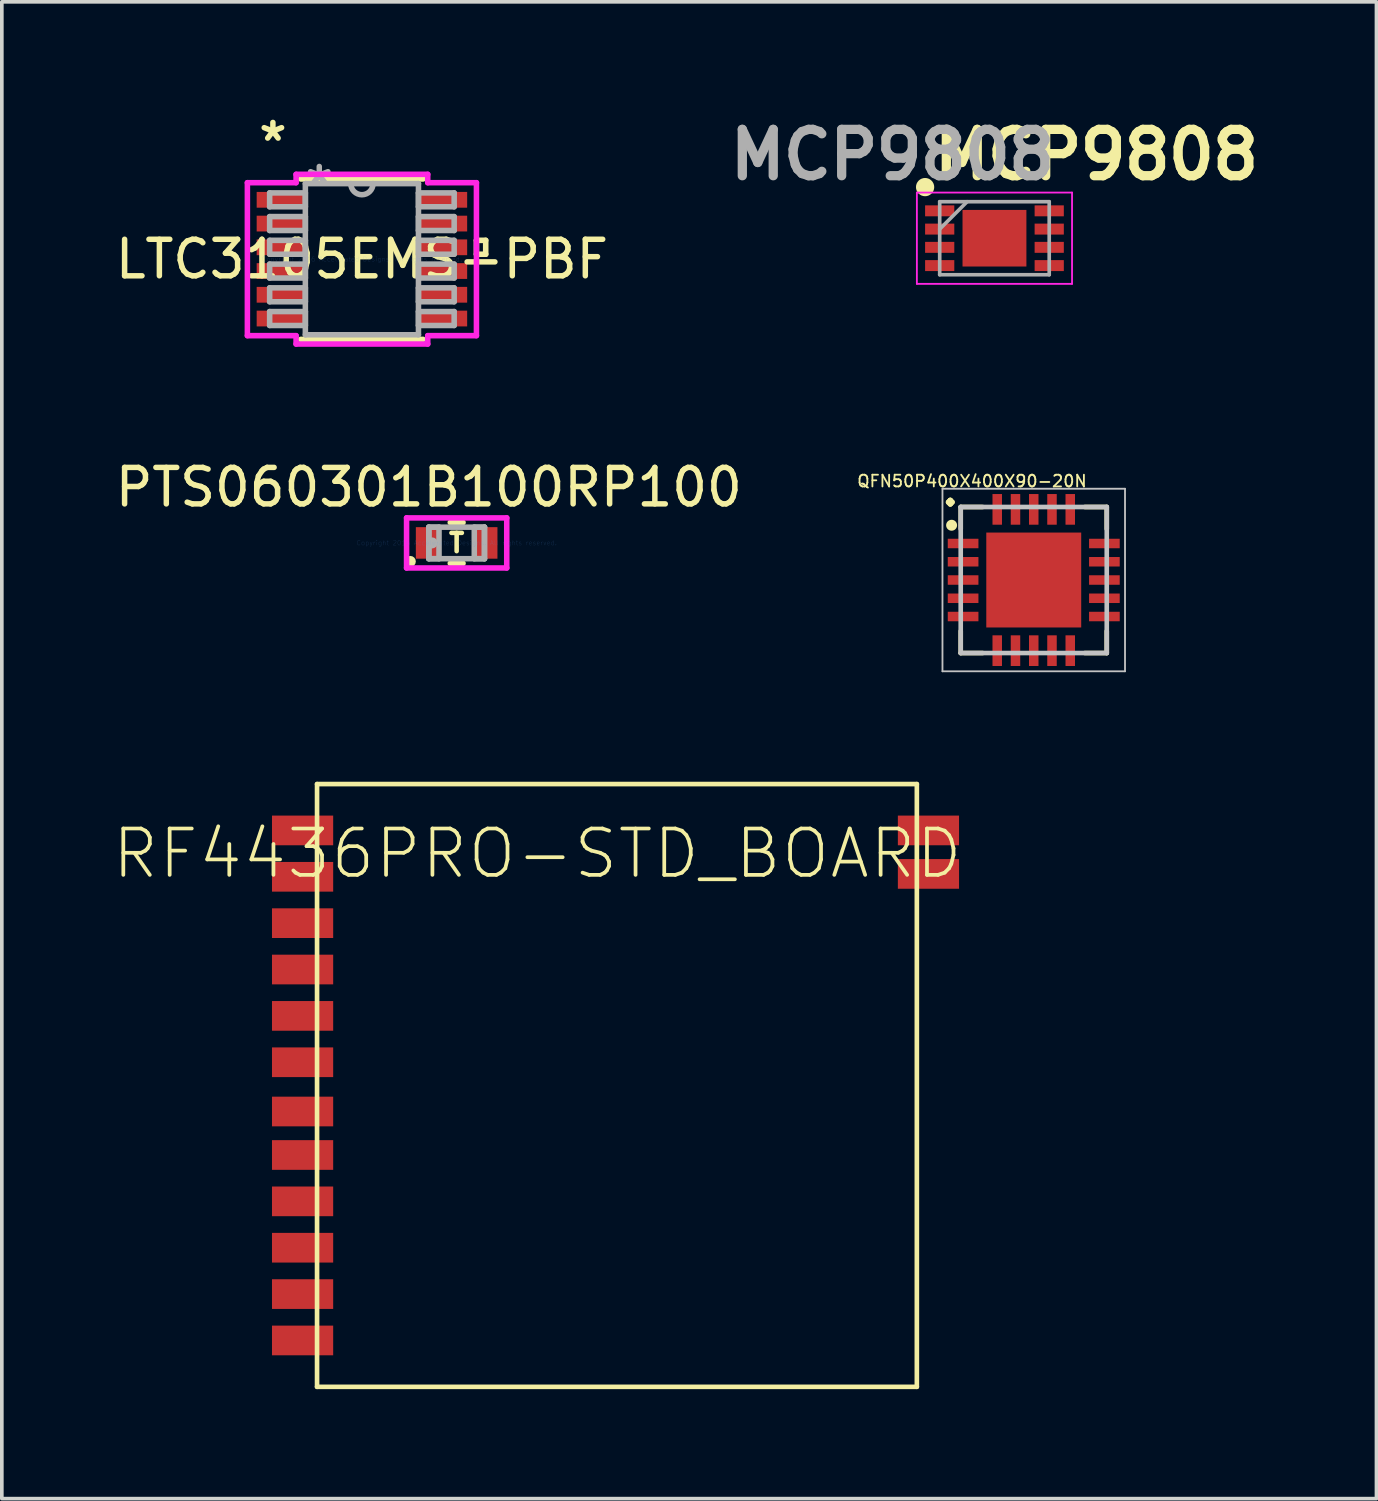
<source format=kicad_pcb>
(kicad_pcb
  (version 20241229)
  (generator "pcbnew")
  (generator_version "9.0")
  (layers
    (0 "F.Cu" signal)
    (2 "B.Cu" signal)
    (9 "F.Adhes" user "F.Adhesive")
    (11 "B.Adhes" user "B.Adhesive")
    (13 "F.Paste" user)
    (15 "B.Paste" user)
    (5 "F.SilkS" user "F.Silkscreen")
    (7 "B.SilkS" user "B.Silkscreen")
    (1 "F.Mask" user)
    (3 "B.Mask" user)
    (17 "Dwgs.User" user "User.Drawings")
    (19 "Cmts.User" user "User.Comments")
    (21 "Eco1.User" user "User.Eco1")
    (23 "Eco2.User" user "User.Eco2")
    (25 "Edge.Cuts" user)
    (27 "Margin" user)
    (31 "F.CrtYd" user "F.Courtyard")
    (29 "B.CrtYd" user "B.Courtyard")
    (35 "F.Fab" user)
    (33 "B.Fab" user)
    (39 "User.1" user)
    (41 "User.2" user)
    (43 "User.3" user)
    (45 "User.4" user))
  (footprint "PTS060301B100RP100"
    (layer "F.Cu")
    (at 9.458 11.821)
    (property "Reference" "PTS060301B100RP100" (at -0.762 -1.524 0) (layer "F.SilkS") (effects (font (size 1 1) (thickness 0.15))))
    (attr through_hole)
    (fp_line (start -0.175 0.559) (end 0.175 0.559) (stroke (width 0.152) (type solid)) (layer "F.SilkS"))
    (fp_line (start 0.175 -0.559) (end -0.175 -0.559) (stroke (width 0.152) (type solid)) (layer "F.SilkS"))
    (fp_circle (center -1.27 0.508) (end -1.194 0.508) (stroke (width 0.152) (type solid)) (fill no) (layer "F.SilkS"))
    (fp_line (start -1.372 -0.686) (end 1.372 -0.686) (stroke (width 0.152) (type solid)) (layer "F.CrtYd"))
    (fp_line (start -1.372 0.686) (end -1.372 -0.686) (stroke (width 0.152) (type solid)) (layer "F.CrtYd"))
    (fp_line (start 1.372 -0.686) (end 1.372 0.686) (stroke (width 0.152) (type solid)) (layer "F.CrtYd"))
    (fp_line (start 1.372 0.686) (end -1.372 0.686) (stroke (width 0.152) (type solid)) (layer "F.CrtYd"))
    (fp_line (start -0.762 -0.432) (end -0.762 0.432) (stroke (width 0.152) (type solid)) (layer "F.Fab"))
    (fp_line (start -0.762 -0.432) (end -0.762 0.432) (stroke (width 0.152) (type solid)) (layer "F.Fab"))
    (fp_line (start -0.762 0.432) (end -0.483 0.432) (stroke (width 0.152) (type solid)) (layer "F.Fab"))
    (fp_line (start -0.762 0.432) (end 0.762 0.432) (stroke (width 0.152) (type solid)) (layer "F.Fab"))
    (fp_line (start -0.483 -0.432) (end -0.762 -0.432) (stroke (width 0.152) (type solid)) (layer "F.Fab"))
    (fp_line (start -0.483 0.432) (end -0.483 -0.432) (stroke (width 0.152) (type solid)) (layer "F.Fab"))
    (fp_line (start 0.483 -0.432) (end 0.483 0.432) (stroke (width 0.152) (type solid)) (layer "F.Fab"))
    (fp_line (start 0.483 0.432) (end 0.762 0.432) (stroke (width 0.152) (type solid)) (layer "F.Fab"))
    (fp_line (start 0.762 -0.432) (end -0.762 -0.432) (stroke (width 0.152) (type solid)) (layer "F.Fab"))
    (fp_line (start 0.762 -0.432) (end 0.483 -0.432) (stroke (width 0.152) (type solid)) (layer "F.Fab"))
    (fp_line (start 0.762 0.432) (end 0.762 -0.432) (stroke (width 0.152) (type solid)) (layer "F.Fab"))
    (fp_line (start 0.762 0.432) (end 0.762 -0.432) (stroke (width 0.152) (type solid)) (layer "F.Fab"))
    (fp_circle (center -0.673 0) (end -0.597 0) (stroke (width 0.152) (type solid)) (fill no) (layer "F.Fab"))
    (fp_text user "T" (at 0 0 0) (layer "F.SilkS") (effects (font (size 0.5 0.5) (thickness 0.125))))
    (fp_text user "Copyright 2016 Accelerated Designs. All rights reserved." (at 0 0 0) (layer "Cmts.User") (effects (font (size 0.127 0.127) (thickness 0.002))))
    (pad "1" smd rect (at -0.8 0) (size 0.635 0.864) (layers "F.Cu" "F.Mask" "F.Paste"))
    (pad "2" smd rect (at 0.8 0) (size 0.635 0.864) (layers "F.Cu" "F.Mask" "F.Paste")))
  (footprint "MCP9808"
    (layer "F.Cu")
    (at 24.189 3.475)
    (property "Reference" "MCP9808" (at 2.794 -2.286 0) (layer "F.SilkS") (effects (font (size 1.27 1.27) (thickness 0.254))))
    (attr smd)
    (fp_circle (center -1.9 -1.4) (end -1.9 -1.275) (stroke (width 0.25) (type solid)) (fill no) (layer "F.SilkS"))
    (fp_line (start -2.125 -1.25) (end 2.125 -1.25) (stroke (width 0.05) (type solid)) (layer "F.CrtYd"))
    (fp_line (start -2.125 1.25) (end -2.125 -1.25) (stroke (width 0.05) (type solid)) (layer "F.CrtYd"))
    (fp_line (start 2.125 -1.25) (end 2.125 1.25) (stroke (width 0.05) (type solid)) (layer "F.CrtYd"))
    (fp_line (start 2.125 1.25) (end -2.125 1.25) (stroke (width 0.05) (type solid)) (layer "F.CrtYd"))
    (fp_line (start -1.5 -1) (end 1.5 -1) (stroke (width 0.1) (type solid)) (layer "F.Fab"))
    (fp_line (start -1.5 -0.25) (end -0.75 -1) (stroke (width 0.1) (type solid)) (layer "F.Fab"))
    (fp_line (start -1.5 1) (end -1.5 -1) (stroke (width 0.1) (type solid)) (layer "F.Fab"))
    (fp_line (start 1.5 -1) (end 1.5 1) (stroke (width 0.1) (type solid)) (layer "F.Fab"))
    (fp_line (start 1.5 1) (end -1.5 1) (stroke (width 0.1) (type solid)) (layer "F.Fab"))
    (fp_text user "${REFERENCE}" (at -2.794 -2.286 0) (layer "F.Fab") (effects (font (size 1.27 1.27) (thickness 0.254))))
    (pad "1" smd rect (at -1.5 -0.75 90) (size 0.3 0.8) (layers "F.Cu" "F.Mask" "F.Paste"))
    (pad "2" smd rect (at -1.5 -0.25 90) (size 0.3 0.8) (layers "F.Cu" "F.Mask" "F.Paste"))
    (pad "3" smd rect (at -1.5 0.25 90) (size 0.3 0.8) (layers "F.Cu" "F.Mask" "F.Paste"))
    (pad "4" smd rect (at -1.5 0.75 90) (size 0.3 0.8) (layers "F.Cu" "F.Mask" "F.Paste"))
    (pad "5" smd rect (at 1.5 0.75 90) (size 0.3 0.8) (layers "F.Cu" "F.Mask" "F.Paste"))
    (pad "6" smd rect (at 1.5 0.25 90) (size 0.3 0.8) (layers "F.Cu" "F.Mask" "F.Paste"))
    (pad "7" smd rect (at 1.5 -0.25 90) (size 0.3 0.8) (layers "F.Cu" "F.Mask" "F.Paste"))
    (pad "8" smd rect (at 1.5 -0.75 90) (size 0.3 0.8) (layers "F.Cu" "F.Mask" "F.Paste"))
    (pad "9" smd rect (at 0 0 90) (size 1.55 1.75) (layers "F.Cu" "F.Mask" "F.Paste")))
  (footprint "LTC3105EMS-PBF"
    (layer "F.Cu")
    (at 6.863 4.049)
    (property "Reference" "LTC3105EMS-PBF" (at 0 0 0) (layer "F.SilkS") (effects (font (size 1 1) (thickness 0.15))))
    (attr through_hole)
    (fp_line (start -1.676 2.197) (end 1.676 2.197) (stroke (width 0.152) (type solid)) (layer "F.SilkS"))
    (fp_line (start 1.676 -2.197) (end -1.676 -2.197) (stroke (width 0.152) (type solid)) (layer "F.SilkS"))
    (fp_line (start 3.137 -0.516) (end 3.391 -0.516) (stroke (width 0.152) (type solid)) (layer "F.SilkS"))
    (fp_line (start 3.137 -0.135) (end 3.137 -0.516) (stroke (width 0.152) (type solid)) (layer "F.SilkS"))
    (fp_line (start 3.391 -0.516) (end 3.391 -0.135) (stroke (width 0.152) (type solid)) (layer "F.SilkS"))
    (fp_line (start 3.391 -0.135) (end 3.137 -0.135) (stroke (width 0.152) (type solid)) (layer "F.SilkS"))
    (fp_line (start -3.137 -2.095) (end -1.803 -2.095) (stroke (width 0.152) (type solid)) (layer "F.CrtYd"))
    (fp_line (start -3.137 2.095) (end -3.137 -2.095) (stroke (width 0.152) (type solid)) (layer "F.CrtYd"))
    (fp_line (start -1.803 -2.324) (end 1.803 -2.324) (stroke (width 0.152) (type solid)) (layer "F.CrtYd"))
    (fp_line (start -1.803 -2.095) (end -1.803 -2.324) (stroke (width 0.152) (type solid)) (layer "F.CrtYd"))
    (fp_line (start -1.803 2.095) (end -3.137 2.095) (stroke (width 0.152) (type solid)) (layer "F.CrtYd"))
    (fp_line (start -1.803 2.324) (end -1.803 2.095) (stroke (width 0.152) (type solid)) (layer "F.CrtYd"))
    (fp_line (start 1.803 -2.324) (end 1.803 -2.095) (stroke (width 0.152) (type solid)) (layer "F.CrtYd"))
    (fp_line (start 1.803 -2.095) (end 3.137 -2.095) (stroke (width 0.152) (type solid)) (layer "F.CrtYd"))
    (fp_line (start 1.803 2.095) (end 1.803 2.324) (stroke (width 0.152) (type solid)) (layer "F.CrtYd"))
    (fp_line (start 1.803 2.324) (end -1.803 2.324) (stroke (width 0.152) (type solid)) (layer "F.CrtYd"))
    (fp_line (start 3.137 -2.095) (end 3.137 2.095) (stroke (width 0.152) (type solid)) (layer "F.CrtYd"))
    (fp_line (start 3.137 2.095) (end 1.803 2.095) (stroke (width 0.152) (type solid)) (layer "F.CrtYd"))
    (fp_line (start -2.527 -1.816) (end -2.527 -1.435) (stroke (width 0.152) (type solid)) (layer "F.Fab"))
    (fp_line (start -2.527 -1.435) (end -1.549 -1.435) (stroke (width 0.152) (type solid)) (layer "F.Fab"))
    (fp_line (start -2.527 -1.166) (end -2.527 -0.785) (stroke (width 0.152) (type solid)) (layer "F.Fab"))
    (fp_line (start -2.527 -0.785) (end -1.549 -0.785) (stroke (width 0.152) (type solid)) (layer "F.Fab"))
    (fp_line (start -2.527 -0.516) (end -2.527 -0.135) (stroke (width 0.152) (type solid)) (layer "F.Fab"))
    (fp_line (start -2.527 -0.135) (end -1.549 -0.135) (stroke (width 0.152) (type solid)) (layer "F.Fab"))
    (fp_line (start -2.527 0.135) (end -2.527 0.516) (stroke (width 0.152) (type solid)) (layer "F.Fab"))
    (fp_line (start -2.527 0.516) (end -1.549 0.516) (stroke (width 0.152) (type solid)) (layer "F.Fab"))
    (fp_line (start -2.527 0.785) (end -2.527 1.166) (stroke (width 0.152) (type solid)) (layer "F.Fab"))
    (fp_line (start -2.527 1.166) (end -1.549 1.166) (stroke (width 0.152) (type solid)) (layer "F.Fab"))
    (fp_line (start -2.527 1.435) (end -2.527 1.816) (stroke (width 0.152) (type solid)) (layer "F.Fab"))
    (fp_line (start -2.527 1.816) (end -1.549 1.816) (stroke (width 0.152) (type solid)) (layer "F.Fab"))
    (fp_line (start -1.549 -2.07) (end -1.549 2.07) (stroke (width 0.152) (type solid)) (layer "F.Fab"))
    (fp_line (start -1.549 -1.816) (end -2.527 -1.816) (stroke (width 0.152) (type solid)) (layer "F.Fab"))
    (fp_line (start -1.549 -1.435) (end -1.549 -1.816) (stroke (width 0.152) (type solid)) (layer "F.Fab"))
    (fp_line (start -1.549 -1.166) (end -2.527 -1.166) (stroke (width 0.152) (type solid)) (layer "F.Fab"))
    (fp_line (start -1.549 -0.785) (end -1.549 -1.166) (stroke (width 0.152) (type solid)) (layer "F.Fab"))
    (fp_line (start -1.549 -0.516) (end -2.527 -0.516) (stroke (width 0.152) (type solid)) (layer "F.Fab"))
    (fp_line (start -1.549 -0.135) (end -1.549 -0.516) (stroke (width 0.152) (type solid)) (layer "F.Fab"))
    (fp_line (start -1.549 0.135) (end -2.527 0.135) (stroke (width 0.152) (type solid)) (layer "F.Fab"))
    (fp_line (start -1.549 0.516) (end -1.549 0.135) (stroke (width 0.152) (type solid)) (layer "F.Fab"))
    (fp_line (start -1.549 0.785) (end -2.527 0.785) (stroke (width 0.152) (type solid)) (layer "F.Fab"))
    (fp_line (start -1.549 1.166) (end -1.549 0.785) (stroke (width 0.152) (type solid)) (layer "F.Fab"))
    (fp_line (start -1.549 1.435) (end -2.527 1.435) (stroke (width 0.152) (type solid)) (layer "F.Fab"))
    (fp_line (start -1.549 1.816) (end -1.549 1.435) (stroke (width 0.152) (type solid)) (layer "F.Fab"))
    (fp_line (start -1.549 2.07) (end 1.549 2.07) (stroke (width 0.152) (type solid)) (layer "F.Fab"))
    (fp_line (start 1.549 -2.07) (end -1.549 -2.07) (stroke (width 0.152) (type solid)) (layer "F.Fab"))
    (fp_line (start 1.549 -1.816) (end 1.549 -1.435) (stroke (width 0.152) (type solid)) (layer "F.Fab"))
    (fp_line (start 1.549 -1.435) (end 2.527 -1.435) (stroke (width 0.152) (type solid)) (layer "F.Fab"))
    (fp_line (start 1.549 -1.166) (end 1.549 -0.785) (stroke (width 0.152) (type solid)) (layer "F.Fab"))
    (fp_line (start 1.549 -0.785) (end 2.527 -0.785) (stroke (width 0.152) (type solid)) (layer "F.Fab"))
    (fp_line (start 1.549 -0.516) (end 1.549 -0.135) (stroke (width 0.152) (type solid)) (layer "F.Fab"))
    (fp_line (start 1.549 -0.135) (end 2.527 -0.135) (stroke (width 0.152) (type solid)) (layer "F.Fab"))
    (fp_line (start 1.549 0.135) (end 1.549 0.516) (stroke (width 0.152) (type solid)) (layer "F.Fab"))
    (fp_line (start 1.549 0.516) (end 2.527 0.516) (stroke (width 0.152) (type solid)) (layer "F.Fab"))
    (fp_line (start 1.549 0.785) (end 1.549 1.166) (stroke (width 0.152) (type solid)) (layer "F.Fab"))
    (fp_line (start 1.549 1.166) (end 2.527 1.166) (stroke (width 0.152) (type solid)) (layer "F.Fab"))
    (fp_line (start 1.549 1.435) (end 1.549 1.816) (stroke (width 0.152) (type solid)) (layer "F.Fab"))
    (fp_line (start 1.549 1.816) (end 2.527 1.816) (stroke (width 0.152) (type solid)) (layer "F.Fab"))
    (fp_line (start 1.549 2.07) (end 1.549 -2.07) (stroke (width 0.152) (type solid)) (layer "F.Fab"))
    (fp_line (start 2.527 -1.816) (end 1.549 -1.816) (stroke (width 0.152) (type solid)) (layer "F.Fab"))
    (fp_line (start 2.527 -1.435) (end 2.527 -1.816) (stroke (width 0.152) (type solid)) (layer "F.Fab"))
    (fp_line (start 2.527 -1.166) (end 1.549 -1.166) (stroke (width 0.152) (type solid)) (layer "F.Fab"))
    (fp_line (start 2.527 -0.785) (end 2.527 -1.166) (stroke (width 0.152) (type solid)) (layer "F.Fab"))
    (fp_line (start 2.527 -0.516) (end 1.549 -0.516) (stroke (width 0.152) (type solid)) (layer "F.Fab"))
    (fp_line (start 2.527 -0.135) (end 2.527 -0.516) (stroke (width 0.152) (type solid)) (layer "F.Fab"))
    (fp_line (start 2.527 0.135) (end 1.549 0.135) (stroke (width 0.152) (type solid)) (layer "F.Fab"))
    (fp_line (start 2.527 0.516) (end 2.527 0.135) (stroke (width 0.152) (type solid)) (layer "F.Fab"))
    (fp_line (start 2.527 0.785) (end 1.549 0.785) (stroke (width 0.152) (type solid)) (layer "F.Fab"))
    (fp_line (start 2.527 1.166) (end 2.527 0.785) (stroke (width 0.152) (type solid)) (layer "F.Fab"))
    (fp_line (start 2.527 1.435) (end 1.549 1.435) (stroke (width 0.152) (type solid)) (layer "F.Fab"))
    (fp_line (start 2.527 1.816) (end 2.527 1.435) (stroke (width 0.152) (type solid)) (layer "F.Fab"))
    (fp_arc (start 0.3048 -2.0701) (mid 0 -1.7653) (end -0.3048 -2.0701) (stroke (width 0.1524) (type solid)) (layer "F.Fab"))
    (fp_text user "*" (at -2.438 -3.2 0) (layer "F.SilkS") (effects (font (size 1 1) (thickness 0.15))))
    (fp_text user "Copyright 2016 Accelerated Designs. All rights reserved." (at 0 0 0) (layer "Cmts.User") (effects (font (size 0.127 0.127) (thickness 0.002))))
    (fp_text user "*" (at -1.168 -1.994 0) (layer "F.Fab") (effects (font (size 1 1) (thickness 0.15))))
    (pad "1" smd rect (at -2.184 -1.626) (size 1.397 0.432) (layers "F.Cu" "F.Mask" "F.Paste"))
    (pad "2" smd rect (at -2.184 -0.975) (size 1.397 0.432) (layers "F.Cu" "F.Mask" "F.Paste"))
    (pad "3" smd rect (at -2.184 -0.325) (size 1.397 0.432) (layers "F.Cu" "F.Mask" "F.Paste"))
    (pad "4" smd rect (at -2.184 0.325) (size 1.397 0.432) (layers "F.Cu" "F.Mask" "F.Paste"))
    (pad "5" smd rect (at -2.184 0.975) (size 1.397 0.432) (layers "F.Cu" "F.Mask" "F.Paste"))
    (pad "6" smd rect (at -2.184 1.626) (size 1.397 0.432) (layers "F.Cu" "F.Mask" "F.Paste"))
    (pad "7" smd rect (at 2.184 1.626) (size 1.397 0.432) (layers "F.Cu" "F.Mask" "F.Paste"))
    (pad "8" smd rect (at 2.184 0.975) (size 1.397 0.432) (layers "F.Cu" "F.Mask" "F.Paste"))
    (pad "9" smd rect (at 2.184 0.325) (size 1.397 0.432) (layers "F.Cu" "F.Mask" "F.Paste"))
    (pad "10" smd rect (at 2.184 -0.325) (size 1.397 0.432) (layers "F.Cu" "F.Mask" "F.Paste"))
    (pad "11" smd rect (at 2.184 -0.975) (size 1.397 0.432) (layers "F.Cu" "F.Mask" "F.Paste"))
    (pad "12" smd rect (at 2.184 -1.626) (size 1.397 0.432) (layers "F.Cu" "F.Mask" "F.Paste")))
  (footprint "RF4436PRO-STD_BOARD"
    (layer "F.Cu")
    (at 13.572 26.046)
    (property "Reference" "RF4436PRO-STD_BOARD" (at -1.905 -5.715 0) (layer "F.SilkS") (effects (font (size 1.27 1.27) (thickness 0.102))))
    (attr smd)
    (fp_line (start -7.938 -7.62) (end 8.491 -7.62) (stroke (width 0.127) (type solid)) (layer "F.SilkS"))
    (fp_line (start -7.938 8.89) (end -7.938 -7.62) (stroke (width 0.127) (type solid)) (layer "F.SilkS"))
    (fp_line (start 8.491 -7.62) (end 8.491 8.89) (stroke (width 0.127) (type solid)) (layer "F.SilkS"))
    (fp_line (start 8.491 8.89) (end -7.938 8.89) (stroke (width 0.127) (type solid)) (layer "F.SilkS"))
    (pad "ANT" smd rect (at 8.809 -6.35) (size 1.676 0.813) (layers "F.Cu" "F.Mask" "F.Paste"))
    (pad "GND@" smd rect (at -8.334 -6.35) (size 1.676 0.813) (layers "F.Cu" "F.Mask" "F.Paste"))
    (pad "GND@" smd rect (at -8.334 7.62) (size 1.676 0.813) (layers "F.Cu" "F.Mask" "F.Paste"))
    (pad "GND@" smd rect (at 8.809 -5.159) (size 1.676 0.813) (layers "F.Cu" "F.Mask" "F.Paste"))
    (pad "GPIO" smd rect (at -8.334 -3.81) (size 1.676 0.813) (layers "F.Cu" "F.Mask" "F.Paste"))
    (pad "GPIO" smd rect (at -8.334 -2.54) (size 1.676 0.813) (layers "F.Cu" "F.Mask" "F.Paste"))
    (pad "NC" smd rect (at -8.334 -5.08) (size 1.676 0.813) (layers "F.Cu" "F.Mask" "F.Paste"))
    (pad "NIRQ" smd rect (at -8.334 5.08) (size 1.676 0.813) (layers "F.Cu" "F.Mask" "F.Paste"))
    (pad "NSEL" smd rect (at -8.334 3.81) (size 1.676 0.813) (layers "F.Cu" "F.Mask" "F.Paste"))
    (pad "SCLK" smd rect (at -8.334 2.54) (size 1.676 0.813) (layers "F.Cu" "F.Mask" "F.Paste"))
    (pad "SDI" smd rect (at -8.334 1.349) (size 1.676 0.813) (layers "F.Cu" "F.Mask" "F.Paste"))
    (pad "SDN" smd rect (at -8.334 6.35) (size 1.676 0.813) (layers "F.Cu" "F.Mask" "F.Paste"))
    (pad "SDO" smd rect (at -8.334 0) (size 1.676 0.813) (layers "F.Cu" "F.Mask" "F.Paste"))
    (pad "VCC" smd rect (at -8.334 -1.27) (size 1.676 0.813) (layers "F.Cu" "F.Mask" "F.Paste")))
  (footprint "QFN50P400X400X90-20N"
    (layer "F.Cu")
    (at 25.265 12.837)
    (property "Reference" "QFN50P400X400X90-20N" (at -1.691 -2.709 0) (layer "F.SilkS") (effects (font (size 0.321 0.321) (thickness 0.05))))
    (attr smd)
    (fp_line (start -2 -2) (end -1.4 -2) (stroke (width 0.127) (type solid)) (layer "F.SilkS"))
    (fp_line (start -2 -1.4) (end -2 -2) (stroke (width 0.127) (type solid)) (layer "F.SilkS"))
    (fp_line (start -2 1.4) (end -2 2) (stroke (width 0.127) (type solid)) (layer "F.SilkS"))
    (fp_line (start -2 2) (end -1.4 2) (stroke (width 0.127) (type solid)) (layer "F.SilkS"))
    (fp_line (start 1.4 -2) (end 2 -2) (stroke (width 0.127) (type solid)) (layer "F.SilkS"))
    (fp_line (start 1.4 2) (end 2 2) (stroke (width 0.127) (type solid)) (layer "F.SilkS"))
    (fp_line (start 2 -2) (end 2 -1.4) (stroke (width 0.127) (type solid)) (layer "F.SilkS"))
    (fp_line (start 2 2) (end 2 1.4) (stroke (width 0.127) (type solid)) (layer "F.SilkS"))
    (fp_circle (center -2.25 -1.5) (end -2.1 -1.5) (stroke (width 0) (type solid)) (fill yes) (layer "F.SilkS"))
    (fp_poly (pts (xy -1.046 -0.124) (xy -1.046 -1.047) (xy -0.127 -1.047) (xy -0.127 -0.124)) (stroke (width 0.381) (type solid)) (fill yes) (layer "F.Paste"))
    (fp_poly (pts (xy -0.125 1.049) (xy -1.049 1.049) (xy -1.049 0.125) (xy -0.125 0.125)) (stroke (width 0.381) (type solid)) (fill yes) (layer "F.Paste"))
    (fp_poly (pts (xy 0.125 -1.045) (xy 1.045 -1.045) (xy 1.045 -0.125) (xy 0.125 -0.125)) (stroke (width 0.381) (type solid)) (fill yes) (layer "F.Paste"))
    (fp_poly (pts (xy 1.046 0.126) (xy 1.046 1.046) (xy 0.124 1.046) (xy 0.124 0.126)) (stroke (width 0.381) (type solid)) (fill yes) (layer "F.Paste"))
    (fp_line (start -2.5 -2.5) (end -2.5 2.5) (stroke (width 0.05) (type solid)) (layer "Dwgs.User"))
    (fp_line (start -2.5 2.5) (end 2.5 2.5) (stroke (width 0.05) (type solid)) (layer "Dwgs.User"))
    (fp_line (start -2 -2) (end -2 2) (stroke (width 0.127) (type solid)) (layer "Dwgs.User"))
    (fp_line (start -2 2) (end 2 2) (stroke (width 0.127) (type solid)) (layer "Dwgs.User"))
    (fp_line (start 2 -2) (end -2 -2) (stroke (width 0.127) (type solid)) (layer "Dwgs.User"))
    (fp_line (start 2 2) (end 2 -2) (stroke (width 0.127) (type solid)) (layer "Dwgs.User"))
    (fp_line (start 2.5 -2.5) (end -2.5 -2.5) (stroke (width 0.05) (type solid)) (layer "Dwgs.User"))
    (fp_line (start 2.5 2.5) (end 2.5 -2.5) (stroke (width 0.05) (type solid)) (layer "Dwgs.User"))
    (fp_text user "." (at -2.286 -2.54 0) (layer "F.SilkS") (effects (font (size 1 1) (thickness 0.15))))
    (pad "1" smd rect (at -1.935 -1 90) (size 0.26 0.84) (layers "F.Cu" "F.Mask" "F.Paste"))
    (pad "2" smd rect (at -1.935 -0.5 90) (size 0.26 0.84) (layers "F.Cu" "F.Mask" "F.Paste"))
    (pad "3" smd rect (at -1.935 0 90) (size 0.26 0.84) (layers "F.Cu" "F.Mask" "F.Paste"))
    (pad "4" smd rect (at -1.935 0.5 90) (size 0.26 0.84) (layers "F.Cu" "F.Mask" "F.Paste"))
    (pad "5" smd rect (at -1.935 1 90) (size 0.26 0.84) (layers "F.Cu" "F.Mask" "F.Paste"))
    (pad "6" smd rect (at -1 1.935 180) (size 0.26 0.84) (layers "F.Cu" "F.Mask" "F.Paste"))
    (pad "7" smd rect (at -0.5 1.935 180) (size 0.26 0.84) (layers "F.Cu" "F.Mask" "F.Paste"))
    (pad "8" smd rect (at 0 1.935 180) (size 0.26 0.84) (layers "F.Cu" "F.Mask" "F.Paste"))
    (pad "9" smd rect (at 0.5 1.935 180) (size 0.26 0.84) (layers "F.Cu" "F.Mask" "F.Paste"))
    (pad "10" smd rect (at 1 1.935 180) (size 0.26 0.84) (layers "F.Cu" "F.Mask" "F.Paste"))
    (pad "11" smd rect (at 1.935 1 270) (size 0.26 0.84) (layers "F.Cu" "F.Mask" "F.Paste"))
    (pad "12" smd rect (at 1.935 0.5 270) (size 0.26 0.84) (layers "F.Cu" "F.Mask" "F.Paste"))
    (pad "13" smd rect (at 1.935 0 270) (size 0.26 0.84) (layers "F.Cu" "F.Mask" "F.Paste"))
    (pad "14" smd rect (at 1.935 -0.5 270) (size 0.26 0.84) (layers "F.Cu" "F.Mask" "F.Paste"))
    (pad "15" smd rect (at 1.935 -1 270) (size 0.26 0.84) (layers "F.Cu" "F.Mask" "F.Paste"))
    (pad "16" smd rect (at 1 -1.935) (size 0.26 0.84) (layers "F.Cu" "F.Mask" "F.Paste"))
    (pad "17" smd rect (at 0.5 -1.935) (size 0.26 0.84) (layers "F.Cu" "F.Mask" "F.Paste"))
    (pad "18" smd rect (at 0 -1.935) (size 0.26 0.84) (layers "F.Cu" "F.Mask" "F.Paste"))
    (pad "19" smd rect (at -0.5 -1.935) (size 0.26 0.84) (layers "F.Cu" "F.Mask" "F.Paste"))
    (pad "20" smd rect (at -1 -1.935) (size 0.26 0.84) (layers "F.Cu" "F.Mask" "F.Paste"))
    (pad "21" smd rect (at 0 0) (size 2.6 2.6) (layers "F.Cu" "F.Mask" "F.Paste")))
  (gr_rect
    (start -3 -3)
    (end 34.652 37.999)
    (stroke (width 0.1) (type default))
    (fill no)
    (layer "Edge.Cuts")))
</source>
